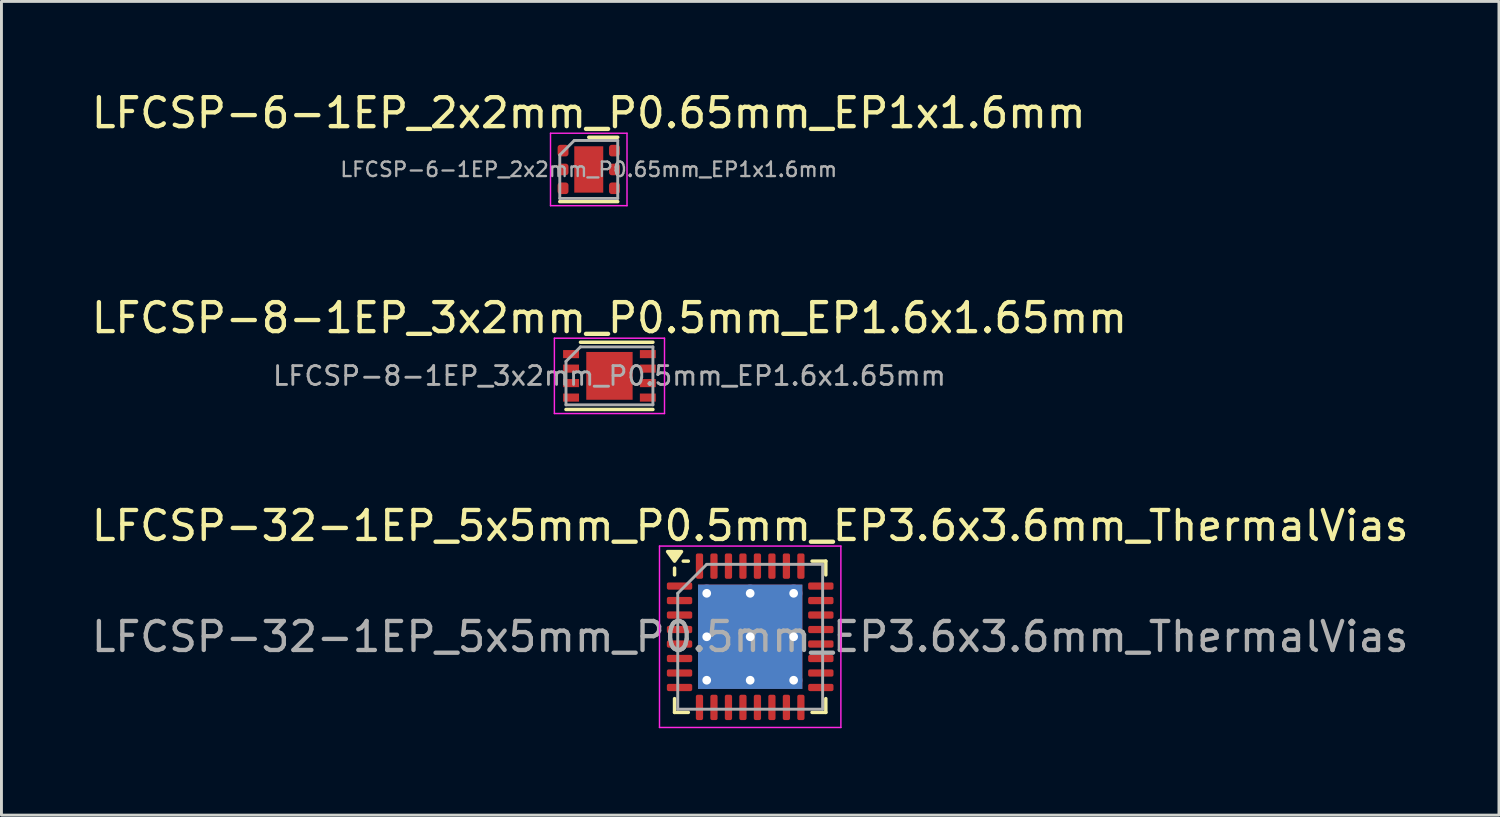
<source format=kicad_pcb>
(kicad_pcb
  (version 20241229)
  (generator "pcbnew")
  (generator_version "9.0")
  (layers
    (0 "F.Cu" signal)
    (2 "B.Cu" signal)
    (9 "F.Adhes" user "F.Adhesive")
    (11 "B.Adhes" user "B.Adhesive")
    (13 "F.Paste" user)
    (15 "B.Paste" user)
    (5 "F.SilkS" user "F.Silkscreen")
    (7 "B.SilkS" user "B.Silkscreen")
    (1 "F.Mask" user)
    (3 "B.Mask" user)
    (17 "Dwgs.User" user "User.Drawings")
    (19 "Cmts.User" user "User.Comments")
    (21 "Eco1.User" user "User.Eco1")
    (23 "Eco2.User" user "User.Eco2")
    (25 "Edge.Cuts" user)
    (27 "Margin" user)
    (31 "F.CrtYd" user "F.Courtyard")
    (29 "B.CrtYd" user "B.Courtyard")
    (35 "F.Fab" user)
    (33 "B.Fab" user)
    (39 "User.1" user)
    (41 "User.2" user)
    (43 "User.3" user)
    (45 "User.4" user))
  (footprint "LFCSP-6-1EP_2x2mm_P0.65mm_EP1x1.6mm"
    (layer "F.Cu")
    (at 17.268 2.798)
    (property "Reference" "LFCSP-6-1EP_2x2mm_P0.65mm_EP1x1.6mm" (at 0 -1.95 0) (layer "F.SilkS") (effects (font (size 1 1) (thickness 0.15))))
    (attr smd)
    (fp_line (start -1 1.11) (end 1 1.11) (stroke (width 0.12) (type solid)) (layer "F.SilkS"))
    (fp_line (start 0 -1.11) (end 1 -1.11) (stroke (width 0.12) (type solid)) (layer "F.SilkS"))
    (fp_line (start -1.32 -1.25) (end -1.32 1.25) (stroke (width 0.05) (type solid)) (layer "F.CrtYd"))
    (fp_line (start -1.32 1.25) (end 1.32 1.25) (stroke (width 0.05) (type solid)) (layer "F.CrtYd"))
    (fp_line (start 1.32 -1.25) (end -1.32 -1.25) (stroke (width 0.05) (type solid)) (layer "F.CrtYd"))
    (fp_line (start 1.32 1.25) (end 1.32 -1.25) (stroke (width 0.05) (type solid)) (layer "F.CrtYd"))
    (fp_line (start -1 -0.5) (end -0.5 -1) (stroke (width 0.1) (type solid)) (layer "F.Fab"))
    (fp_line (start -1 1) (end -1 -0.5) (stroke (width 0.1) (type solid)) (layer "F.Fab"))
    (fp_line (start -0.5 -1) (end 1 -1) (stroke (width 0.1) (type solid)) (layer "F.Fab"))
    (fp_line (start 1 -1) (end 1 1) (stroke (width 0.1) (type solid)) (layer "F.Fab"))
    (fp_line (start 1 1) (end -1 1) (stroke (width 0.1) (type solid)) (layer "F.Fab"))
    (fp_text user "${REFERENCE}" (at 0 0 0) (layer "F.Fab") (effects (font (size 0.5 0.5) (thickness 0.08))))
    (pad "" smd roundrect (at -0.25 -0.4) (size 0.4 0.64) (layers "F.Paste") (roundrect_rratio 0.25))
    (pad "" smd roundrect (at -0.25 0.4) (size 0.4 0.64) (layers "F.Paste") (roundrect_rratio 0.25))
    (pad "" smd roundrect (at 0.25 -0.4) (size 0.4 0.64) (layers "F.Paste") (roundrect_rratio 0.25))
    (pad "" smd roundrect (at 0.25 0.4) (size 0.4 0.64) (layers "F.Paste") (roundrect_rratio 0.25))
    (pad "1" smd roundrect (at -0.887 -0.65) (size 0.375 0.4) (layers "F.Cu" "F.Mask" "F.Paste") (roundrect_rratio 0.25))
    (pad "2" smd roundrect (at -0.887 0) (size 0.375 0.4) (layers "F.Cu" "F.Mask" "F.Paste") (roundrect_rratio 0.25))
    (pad "3" smd roundrect (at -0.887 0.65) (size 0.375 0.4) (layers "F.Cu" "F.Mask" "F.Paste") (roundrect_rratio 0.25))
    (pad "4" smd roundrect (at 0.887 0.65) (size 0.375 0.4) (layers "F.Cu" "F.Mask" "F.Paste") (roundrect_rratio 0.25))
    (pad "5" smd roundrect (at 0.887 0) (size 0.375 0.4) (layers "F.Cu" "F.Mask" "F.Paste") (roundrect_rratio 0.25))
    (pad "6" smd roundrect (at 0.887 -0.65) (size 0.375 0.4) (layers "F.Cu" "F.Mask" "F.Paste") (roundrect_rratio 0.25))
    (pad "7" smd rect (at 0 0) (size 1 1.6) (layers "F.Cu" "F.Mask")))
  (footprint "LFCSP-32-1EP_5x5mm_P0.5mm_EP3.6x3.6mm_ThermalVias"
    (layer "F.Cu")
    (at 22.839 18.925)
    (property "Reference" "LFCSP-32-1EP_5x5mm_P0.5mm_EP3.6x3.6mm_ThermalVias" (at 0 -3.83 0) (layer "F.SilkS") (effects (font (size 1 1) (thickness 0.15))))
    (attr smd)
    (fp_line (start -2.61 -2.135) (end -2.61 -2.37) (stroke (width 0.12) (type solid)) (layer "F.SilkS"))
    (fp_line (start -2.61 2.61) (end -2.61 2.135) (stroke (width 0.12) (type solid)) (layer "F.SilkS"))
    (fp_line (start -2.135 -2.61) (end -2.31 -2.61) (stroke (width 0.12) (type solid)) (layer "F.SilkS"))
    (fp_line (start -2.135 2.61) (end -2.61 2.61) (stroke (width 0.12) (type solid)) (layer "F.SilkS"))
    (fp_line (start 2.135 -2.61) (end 2.61 -2.61) (stroke (width 0.12) (type solid)) (layer "F.SilkS"))
    (fp_line (start 2.135 2.61) (end 2.61 2.61) (stroke (width 0.12) (type solid)) (layer "F.SilkS"))
    (fp_line (start 2.61 -2.61) (end 2.61 -2.135) (stroke (width 0.12) (type solid)) (layer "F.SilkS"))
    (fp_line (start 2.61 2.61) (end 2.61 2.135) (stroke (width 0.12) (type solid)) (layer "F.SilkS"))
    (fp_poly (pts (xy -2.61 -2.61) (xy -2.85 -2.94) (xy -2.37 -2.94) (xy -2.61 -2.61)) (stroke (width 0.12) (type solid)) (fill yes) (layer "F.SilkS"))
    (fp_line (start -3.13 -3.13) (end -3.13 3.13) (stroke (width 0.05) (type solid)) (layer "F.CrtYd"))
    (fp_line (start -3.13 3.13) (end 3.13 3.13) (stroke (width 0.05) (type solid)) (layer "F.CrtYd"))
    (fp_line (start 3.13 -3.13) (end -3.13 -3.13) (stroke (width 0.05) (type solid)) (layer "F.CrtYd"))
    (fp_line (start 3.13 3.13) (end 3.13 -3.13) (stroke (width 0.05) (type solid)) (layer "F.CrtYd"))
    (fp_line (start -2.5 -1.5) (end -1.5 -2.5) (stroke (width 0.1) (type solid)) (layer "F.Fab"))
    (fp_line (start -2.5 2.5) (end -2.5 -1.5) (stroke (width 0.1) (type solid)) (layer "F.Fab"))
    (fp_line (start -1.5 -2.5) (end 2.5 -2.5) (stroke (width 0.1) (type solid)) (layer "F.Fab"))
    (fp_line (start 2.5 -2.5) (end 2.5 2.5) (stroke (width 0.1) (type solid)) (layer "F.Fab"))
    (fp_line (start 2.5 2.5) (end -2.5 2.5) (stroke (width 0.1) (type solid)) (layer "F.Fab"))
    (fp_text user "${REFERENCE}" (at 0 0 0) (layer "F.Fab") (effects (font (size 1 1) (thickness 0.15))))
    (pad "" smd roundrect (at -0.9 -0.9) (size 1.51 1.51) (layers "F.Paste") (roundrect_rratio 0.166))
    (pad "" smd roundrect (at -0.9 0.9) (size 1.51 1.51) (layers "F.Paste") (roundrect_rratio 0.166))
    (pad "" smd roundrect (at 0.9 -0.9) (size 1.51 1.51) (layers "F.Paste") (roundrect_rratio 0.166))
    (pad "" smd roundrect (at 0.9 0.9) (size 1.51 1.51) (layers "F.Paste") (roundrect_rratio 0.166))
    (pad "1" smd roundrect (at -2.438 -1.75) (size 0.875 0.25) (layers "F.Cu" "F.Mask" "F.Paste") (roundrect_rratio 0.25))
    (pad "2" smd roundrect (at -2.438 -1.25) (size 0.875 0.25) (layers "F.Cu" "F.Mask" "F.Paste") (roundrect_rratio 0.25))
    (pad "3" smd roundrect (at -2.438 -0.75) (size 0.875 0.25) (layers "F.Cu" "F.Mask" "F.Paste") (roundrect_rratio 0.25))
    (pad "4" smd roundrect (at -2.438 -0.25) (size 0.875 0.25) (layers "F.Cu" "F.Mask" "F.Paste") (roundrect_rratio 0.25))
    (pad "5" smd roundrect (at -2.438 0.25) (size 0.875 0.25) (layers "F.Cu" "F.Mask" "F.Paste") (roundrect_rratio 0.25))
    (pad "6" smd roundrect (at -2.438 0.75) (size 0.875 0.25) (layers "F.Cu" "F.Mask" "F.Paste") (roundrect_rratio 0.25))
    (pad "7" smd roundrect (at -2.438 1.25) (size 0.875 0.25) (layers "F.Cu" "F.Mask" "F.Paste") (roundrect_rratio 0.25))
    (pad "8" smd roundrect (at -2.438 1.75) (size 0.875 0.25) (layers "F.Cu" "F.Mask" "F.Paste") (roundrect_rratio 0.25))
    (pad "9" smd roundrect (at -1.75 2.438) (size 0.25 0.875) (layers "F.Cu" "F.Mask" "F.Paste") (roundrect_rratio 0.25))
    (pad "10" smd roundrect (at -1.25 2.438) (size 0.25 0.875) (layers "F.Cu" "F.Mask" "F.Paste") (roundrect_rratio 0.25))
    (pad "11" smd roundrect (at -0.75 2.438) (size 0.25 0.875) (layers "F.Cu" "F.Mask" "F.Paste") (roundrect_rratio 0.25))
    (pad "12" smd roundrect (at -0.25 2.438) (size 0.25 0.875) (layers "F.Cu" "F.Mask" "F.Paste") (roundrect_rratio 0.25))
    (pad "13" smd roundrect (at 0.25 2.438) (size 0.25 0.875) (layers "F.Cu" "F.Mask" "F.Paste") (roundrect_rratio 0.25))
    (pad "14" smd roundrect (at 0.75 2.438) (size 0.25 0.875) (layers "F.Cu" "F.Mask" "F.Paste") (roundrect_rratio 0.25))
    (pad "15" smd roundrect (at 1.25 2.438) (size 0.25 0.875) (layers "F.Cu" "F.Mask" "F.Paste") (roundrect_rratio 0.25))
    (pad "16" smd roundrect (at 1.75 2.438) (size 0.25 0.875) (layers "F.Cu" "F.Mask" "F.Paste") (roundrect_rratio 0.25))
    (pad "17" smd roundrect (at 2.438 1.75) (size 0.875 0.25) (layers "F.Cu" "F.Mask" "F.Paste") (roundrect_rratio 0.25))
    (pad "18" smd roundrect (at 2.438 1.25) (size 0.875 0.25) (layers "F.Cu" "F.Mask" "F.Paste") (roundrect_rratio 0.25))
    (pad "19" smd roundrect (at 2.438 0.75) (size 0.875 0.25) (layers "F.Cu" "F.Mask" "F.Paste") (roundrect_rratio 0.25))
    (pad "20" smd roundrect (at 2.438 0.25) (size 0.875 0.25) (layers "F.Cu" "F.Mask" "F.Paste") (roundrect_rratio 0.25))
    (pad "21" smd roundrect (at 2.438 -0.25) (size 0.875 0.25) (layers "F.Cu" "F.Mask" "F.Paste") (roundrect_rratio 0.25))
    (pad "22" smd roundrect (at 2.438 -0.75) (size 0.875 0.25) (layers "F.Cu" "F.Mask" "F.Paste") (roundrect_rratio 0.25))
    (pad "23" smd roundrect (at 2.438 -1.25) (size 0.875 0.25) (layers "F.Cu" "F.Mask" "F.Paste") (roundrect_rratio 0.25))
    (pad "24" smd roundrect (at 2.438 -1.75) (size 0.875 0.25) (layers "F.Cu" "F.Mask" "F.Paste") (roundrect_rratio 0.25))
    (pad "25" smd roundrect (at 1.75 -2.438) (size 0.25 0.875) (layers "F.Cu" "F.Mask" "F.Paste") (roundrect_rratio 0.25))
    (pad "26" smd roundrect (at 1.25 -2.438) (size 0.25 0.875) (layers "F.Cu" "F.Mask" "F.Paste") (roundrect_rratio 0.25))
    (pad "27" smd roundrect (at 0.75 -2.438) (size 0.25 0.875) (layers "F.Cu" "F.Mask" "F.Paste") (roundrect_rratio 0.25))
    (pad "28" smd roundrect (at 0.25 -2.438) (size 0.25 0.875) (layers "F.Cu" "F.Mask" "F.Paste") (roundrect_rratio 0.25))
    (pad "29" smd roundrect (at -0.25 -2.438) (size 0.25 0.875) (layers "F.Cu" "F.Mask" "F.Paste") (roundrect_rratio 0.25))
    (pad "30" smd roundrect (at -0.75 -2.438) (size 0.25 0.875) (layers "F.Cu" "F.Mask" "F.Paste") (roundrect_rratio 0.25))
    (pad "31" smd roundrect (at -1.25 -2.438) (size 0.25 0.875) (layers "F.Cu" "F.Mask" "F.Paste") (roundrect_rratio 0.25))
    (pad "32" smd roundrect (at -1.75 -2.438) (size 0.25 0.875) (layers "F.Cu" "F.Mask" "F.Paste") (roundrect_rratio 0.25))
    (pad "33" thru_hole circle (at -1.5 -1.5) (size 0.6 0.6) (drill 0.3) (property pad_prop_heatsink) (layers "*.Cu"))
    (pad "33" thru_hole circle (at -1.5 0) (size 0.6 0.6) (drill 0.3) (property pad_prop_heatsink) (layers "*.Cu"))
    (pad "33" thru_hole circle (at -1.5 1.5) (size 0.6 0.6) (drill 0.3) (property pad_prop_heatsink) (layers "*.Cu"))
    (pad "33" thru_hole circle (at 0 -1.5) (size 0.6 0.6) (drill 0.3) (property pad_prop_heatsink) (layers "*.Cu"))
    (pad "33" thru_hole circle (at 0 0) (size 0.6 0.6) (drill 0.3) (property pad_prop_heatsink) (layers "*.Cu"))
    (pad "33" smd rect (at 0 0) (size 3.6 3.6) (property pad_prop_heatsink) (layers "F.Cu" "F.Mask"))
    (pad "33" smd rect (at 0 0) (size 3.6 3.6) (property pad_prop_heatsink) (layers "B.Cu"))
    (pad "33" thru_hole circle (at 0 1.5) (size 0.6 0.6) (drill 0.3) (property pad_prop_heatsink) (layers "*.Cu"))
    (pad "33" thru_hole circle (at 1.5 -1.5) (size 0.6 0.6) (drill 0.3) (property pad_prop_heatsink) (layers "*.Cu"))
    (pad "33" thru_hole circle (at 1.5 0) (size 0.6 0.6) (drill 0.3) (property pad_prop_heatsink) (layers "*.Cu"))
    (pad "33" thru_hole circle (at 1.5 1.5) (size 0.6 0.6) (drill 0.3) (property pad_prop_heatsink) (layers "*.Cu")))
  (footprint "LFCSP-8-1EP_3x2mm_P0.5mm_EP1.6x1.65mm"
    (layer "F.Cu")
    (at 17.982 9.921)
    (property "Reference" "LFCSP-8-1EP_3x2mm_P0.5mm_EP1.6x1.65mm" (at 0 -2 0) (layer "F.SilkS") (effects (font (size 1 1) (thickness 0.15))))
    (attr smd)
    (fp_line (start -1 -1.16) (end 1.5 -1.16) (stroke (width 0.12) (type solid)) (layer "F.SilkS"))
    (fp_line (start 1.5 1.16) (end -1.5 1.16) (stroke (width 0.12) (type solid)) (layer "F.SilkS"))
    (fp_line (start -1.9 -1.3) (end 1.9 -1.3) (stroke (width 0.05) (type solid)) (layer "F.CrtYd"))
    (fp_line (start -1.9 1.3) (end -1.9 -1.3) (stroke (width 0.05) (type solid)) (layer "F.CrtYd"))
    (fp_line (start 1.9 -1.3) (end 1.9 1.3) (stroke (width 0.05) (type solid)) (layer "F.CrtYd"))
    (fp_line (start 1.9 1.3) (end -1.9 1.3) (stroke (width 0.05) (type solid)) (layer "F.CrtYd"))
    (fp_line (start -1.5 -0.5) (end -1.5 1) (stroke (width 0.1) (type solid)) (layer "F.Fab"))
    (fp_line (start -1 -1) (end -1.5 -0.5) (stroke (width 0.1) (type solid)) (layer "F.Fab"))
    (fp_line (start -1 -1) (end 1.5 -1) (stroke (width 0.1) (type solid)) (layer "F.Fab"))
    (fp_line (start 1.5 1) (end -1.5 1) (stroke (width 0.1) (type solid)) (layer "F.Fab"))
    (fp_line (start 1.5 1) (end 1.5 -1) (stroke (width 0.1) (type solid)) (layer "F.Fab"))
    (fp_text user "${REFERENCE}" (at 0 0 180) (layer "F.Fab") (effects (font (size 0.65 0.65) (thickness 0.098))))
    (pad "1" smd rect (at -1.325 -0.75) (size 0.55 0.28) (layers "F.Cu" "F.Mask" "F.Paste"))
    (pad "2" smd rect (at -1.325 -0.25) (size 0.55 0.28) (layers "F.Cu" "F.Mask" "F.Paste"))
    (pad "3" smd rect (at -1.325 0.25) (size 0.55 0.28) (layers "F.Cu" "F.Mask" "F.Paste"))
    (pad "4" smd rect (at -1.325 0.75) (size 0.55 0.28) (layers "F.Cu" "F.Mask" "F.Paste"))
    (pad "5" smd rect (at 1.325 0.75) (size 0.55 0.28) (layers "F.Cu" "F.Mask" "F.Paste"))
    (pad "6" smd rect (at 1.325 0.25) (size 0.55 0.28) (layers "F.Cu" "F.Mask" "F.Paste"))
    (pad "7" smd rect (at 1.325 -0.25) (size 0.55 0.28) (layers "F.Cu" "F.Mask" "F.Paste"))
    (pad "8" smd rect (at 1.325 -0.75) (size 0.55 0.28) (layers "F.Cu" "F.Mask" "F.Paste"))
    (pad "9" smd rect (at 0 0) (size 1.6 1.65) (layers "F.Cu" "F.Mask" "F.Paste")))
  (gr_rect
    (start -3 -3)
    (end 48.679 25.08)
    (stroke (width 0.1) (type default))
    (fill no)
    (layer "Edge.Cuts")))
</source>
